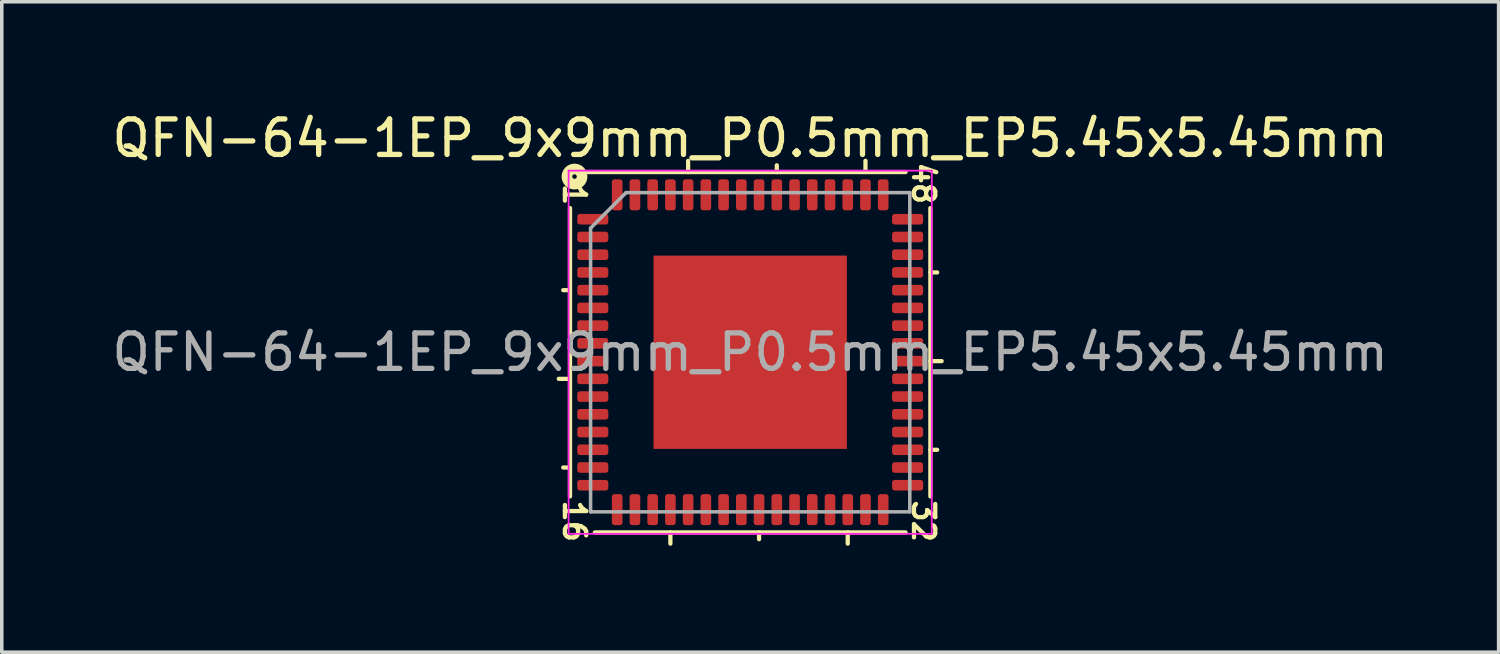
<source format=kicad_pcb>
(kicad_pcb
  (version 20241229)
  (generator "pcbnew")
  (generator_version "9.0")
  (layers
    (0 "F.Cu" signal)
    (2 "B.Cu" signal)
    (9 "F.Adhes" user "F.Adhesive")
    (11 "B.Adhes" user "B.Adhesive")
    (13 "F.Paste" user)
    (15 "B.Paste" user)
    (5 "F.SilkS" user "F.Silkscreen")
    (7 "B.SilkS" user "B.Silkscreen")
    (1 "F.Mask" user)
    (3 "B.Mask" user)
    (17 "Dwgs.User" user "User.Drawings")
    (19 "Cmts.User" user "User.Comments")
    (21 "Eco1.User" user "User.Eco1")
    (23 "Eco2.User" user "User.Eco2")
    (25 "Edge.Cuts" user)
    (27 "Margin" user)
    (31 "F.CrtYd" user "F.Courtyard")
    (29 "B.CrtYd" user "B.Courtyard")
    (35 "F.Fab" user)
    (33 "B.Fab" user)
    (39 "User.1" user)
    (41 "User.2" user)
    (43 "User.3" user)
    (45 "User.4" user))
  (footprint "QFN-64-1EP_9x9mm_P0.5mm_EP5.45x5.45mm"
    (layer "F.Cu")
    (at 18.101 6.881)
    (property "Reference" "QFN-64-1EP_9x9mm_P0.5mm_EP5.45x5.45mm" (at 0 -6.032 0) (layer "F.SilkS") (effects (font (size 1 1) (thickness 0.15))))
    (attr smd)
    (fp_line (start -5.08 -4.064) (end -5.08 4.064) (stroke (width 0.12) (type solid)) (layer "F.SilkS"))
    (fp_line (start -5.08 -1.75) (end -5.271 -1.75) (stroke (width 0.12) (type solid)) (layer "F.SilkS"))
    (fp_line (start -5.08 0.75) (end -5.397 0.75) (stroke (width 0.12) (type solid)) (layer "F.SilkS"))
    (fp_line (start -5.08 3.25) (end -5.271 3.25) (stroke (width 0.12) (type solid)) (layer "F.SilkS"))
    (fp_line (start -4.381 5.08) (end 4.381 5.08) (stroke (width 0.12) (type solid)) (layer "F.SilkS"))
    (fp_line (start -2.25 5.08) (end -2.25 5.397) (stroke (width 0.12) (type solid)) (layer "F.SilkS"))
    (fp_line (start -1.75 -5.08) (end -1.75 -5.397) (stroke (width 0.12) (type solid)) (layer "F.SilkS"))
    (fp_line (start 0.25 5.08) (end 0.25 5.271) (stroke (width 0.12) (type solid)) (layer "F.SilkS"))
    (fp_line (start 0.75 -5.08) (end 0.75 -5.271) (stroke (width 0.12) (type solid)) (layer "F.SilkS"))
    (fp_line (start 2.75 5.08) (end 2.75 5.397) (stroke (width 0.12) (type solid)) (layer "F.SilkS"))
    (fp_line (start 3.25 -5.08) (end 3.25 -5.397) (stroke (width 0.12) (type solid)) (layer "F.SilkS"))
    (fp_line (start 4.381 -5.08) (end -4.572 -5.08) (stroke (width 0.12) (type solid)) (layer "F.SilkS"))
    (fp_line (start 5.08 -2.25) (end 5.271 -2.25) (stroke (width 0.12) (type solid)) (layer "F.SilkS"))
    (fp_line (start 5.08 0.25) (end 5.397 0.25) (stroke (width 0.12) (type solid)) (layer "F.SilkS"))
    (fp_line (start 5.08 2.75) (end 5.271 2.75) (stroke (width 0.12) (type solid)) (layer "F.SilkS"))
    (fp_line (start 5.08 4.064) (end 5.08 -4.064) (stroke (width 0.12) (type solid)) (layer "F.SilkS"))
    (fp_circle (center -4.953 -4.953) (end -4.889 -4.953) (stroke (width 0.3) (type solid)) (fill no) (layer "F.SilkS"))
    (fp_line (start -5.12 -5.12) (end -5.12 5.12) (stroke (width 0.05) (type solid)) (layer "F.CrtYd"))
    (fp_line (start -5.12 5.12) (end 5.12 5.12) (stroke (width 0.05) (type solid)) (layer "F.CrtYd"))
    (fp_line (start 5.12 -5.12) (end -5.12 -5.12) (stroke (width 0.05) (type solid)) (layer "F.CrtYd"))
    (fp_line (start 5.12 5.12) (end 5.12 -5.12) (stroke (width 0.05) (type solid)) (layer "F.CrtYd"))
    (fp_line (start -4.5 -3.5) (end -3.5 -4.5) (stroke (width 0.1) (type solid)) (layer "F.Fab"))
    (fp_line (start -4.5 4.5) (end -4.5 -3.5) (stroke (width 0.1) (type solid)) (layer "F.Fab"))
    (fp_line (start -3.5 -4.5) (end 4.5 -4.5) (stroke (width 0.1) (type solid)) (layer "F.Fab"))
    (fp_line (start 4.5 -4.5) (end 4.5 4.5) (stroke (width 0.1) (type solid)) (layer "F.Fab"))
    (fp_line (start 4.5 4.5) (end -4.5 4.5) (stroke (width 0.1) (type solid)) (layer "F.Fab"))
    (fp_text user "16" (at -4.953 4.763 270) (unlocked yes) (layer "F.SilkS") (effects (font (size 0.6 0.6) (thickness 0.12))))
    (fp_text user "1" (at -4.953 -4.445 270) (unlocked yes) (layer "F.SilkS") (effects (font (size 0.6 0.6) (thickness 0.12))))
    (fp_text user "48" (at 4.889 -4.763 270) (unlocked yes) (layer "F.SilkS") (effects (font (size 0.6 0.6) (thickness 0.12))))
    (fp_text user "32" (at 4.889 4.763 270) (unlocked yes) (layer "F.SilkS") (effects (font (size 0.6 0.6) (thickness 0.12))))
    (fp_text user "${REFERENCE}" (at 0 0 0) (layer "F.Fab") (effects (font (size 1 1) (thickness 0.15))))
    (pad "" smd roundrect (at -2.04 -2.04) (size 1.1 1.1) (layers "F.Paste") (roundrect_rratio 0.227))
    (pad "" smd roundrect (at -2.04 -0.68) (size 1.1 1.1) (layers "F.Paste") (roundrect_rratio 0.227))
    (pad "" smd roundrect (at -2.04 0.68) (size 1.1 1.1) (layers "F.Paste") (roundrect_rratio 0.227))
    (pad "" smd roundrect (at -2.04 2.04) (size 1.1 1.1) (layers "F.Paste") (roundrect_rratio 0.227))
    (pad "" smd roundrect (at -0.68 -2.04) (size 1.1 1.1) (layers "F.Paste") (roundrect_rratio 0.227))
    (pad "" smd roundrect (at -0.68 -0.68) (size 1.1 1.1) (layers "F.Paste") (roundrect_rratio 0.227))
    (pad "" smd roundrect (at -0.68 0.68) (size 1.1 1.1) (layers "F.Paste") (roundrect_rratio 0.227))
    (pad "" smd roundrect (at -0.68 2.04) (size 1.1 1.1) (layers "F.Paste") (roundrect_rratio 0.227))
    (pad "" smd roundrect (at 0.68 -2.04) (size 1.1 1.1) (layers "F.Paste") (roundrect_rratio 0.227))
    (pad "" smd roundrect (at 0.68 -0.68) (size 1.1 1.1) (layers "F.Paste") (roundrect_rratio 0.227))
    (pad "" smd roundrect (at 0.68 0.68) (size 1.1 1.1) (layers "F.Paste") (roundrect_rratio 0.227))
    (pad "" smd roundrect (at 0.68 2.04) (size 1.1 1.1) (layers "F.Paste") (roundrect_rratio 0.227))
    (pad "" smd roundrect (at 2.04 -2.04) (size 1.1 1.1) (layers "F.Paste") (roundrect_rratio 0.227))
    (pad "" smd roundrect (at 2.04 -0.68) (size 1.1 1.1) (layers "F.Paste") (roundrect_rratio 0.227))
    (pad "" smd roundrect (at 2.04 0.68) (size 1.1 1.1) (layers "F.Paste") (roundrect_rratio 0.227))
    (pad "" smd roundrect (at 2.04 2.04) (size 1.1 1.1) (layers "F.Paste") (roundrect_rratio 0.227))
    (pad "1" smd roundrect (at -4.438 -3.75) (size 0.875 0.3) (layers "F.Cu" "F.Mask" "F.Paste") (roundrect_rratio 0.25))
    (pad "2" smd roundrect (at -4.438 -3.25) (size 0.875 0.3) (layers "F.Cu" "F.Mask" "F.Paste") (roundrect_rratio 0.25))
    (pad "3" smd roundrect (at -4.438 -2.75) (size 0.875 0.3) (layers "F.Cu" "F.Mask" "F.Paste") (roundrect_rratio 0.25))
    (pad "4" smd roundrect (at -4.438 -2.25) (size 0.875 0.3) (layers "F.Cu" "F.Mask" "F.Paste") (roundrect_rratio 0.25))
    (pad "5" smd roundrect (at -4.438 -1.75) (size 0.875 0.3) (layers "F.Cu" "F.Mask" "F.Paste") (roundrect_rratio 0.25))
    (pad "6" smd roundrect (at -4.438 -1.25) (size 0.875 0.3) (layers "F.Cu" "F.Mask" "F.Paste") (roundrect_rratio 0.25))
    (pad "7" smd roundrect (at -4.438 -0.75) (size 0.875 0.3) (layers "F.Cu" "F.Mask" "F.Paste") (roundrect_rratio 0.25))
    (pad "8" smd roundrect (at -4.438 -0.25) (size 0.875 0.3) (layers "F.Cu" "F.Mask" "F.Paste") (roundrect_rratio 0.25))
    (pad "9" smd roundrect (at -4.438 0.25) (size 0.875 0.3) (layers "F.Cu" "F.Mask" "F.Paste") (roundrect_rratio 0.25))
    (pad "10" smd roundrect (at -4.438 0.75) (size 0.875 0.3) (layers "F.Cu" "F.Mask" "F.Paste") (roundrect_rratio 0.25))
    (pad "11" smd roundrect (at -4.438 1.25) (size 0.875 0.3) (layers "F.Cu" "F.Mask" "F.Paste") (roundrect_rratio 0.25))
    (pad "12" smd roundrect (at -4.438 1.75) (size 0.875 0.3) (layers "F.Cu" "F.Mask" "F.Paste") (roundrect_rratio 0.25))
    (pad "13" smd roundrect (at -4.438 2.25) (size 0.875 0.3) (layers "F.Cu" "F.Mask" "F.Paste") (roundrect_rratio 0.25))
    (pad "14" smd roundrect (at -4.438 2.75) (size 0.875 0.3) (layers "F.Cu" "F.Mask" "F.Paste") (roundrect_rratio 0.25))
    (pad "15" smd roundrect (at -4.438 3.25) (size 0.875 0.3) (layers "F.Cu" "F.Mask" "F.Paste") (roundrect_rratio 0.25))
    (pad "16" smd roundrect (at -4.438 3.75) (size 0.875 0.3) (layers "F.Cu" "F.Mask" "F.Paste") (roundrect_rratio 0.25))
    (pad "17" smd roundrect (at -3.75 4.438) (size 0.3 0.875) (layers "F.Cu" "F.Mask" "F.Paste") (roundrect_rratio 0.25))
    (pad "18" smd roundrect (at -3.25 4.438) (size 0.3 0.875) (layers "F.Cu" "F.Mask" "F.Paste") (roundrect_rratio 0.25))
    (pad "19" smd roundrect (at -2.75 4.438) (size 0.3 0.875) (layers "F.Cu" "F.Mask" "F.Paste") (roundrect_rratio 0.25))
    (pad "20" smd roundrect (at -2.25 4.438) (size 0.3 0.875) (layers "F.Cu" "F.Mask" "F.Paste") (roundrect_rratio 0.25))
    (pad "21" smd roundrect (at -1.75 4.438) (size 0.3 0.875) (layers "F.Cu" "F.Mask" "F.Paste") (roundrect_rratio 0.25))
    (pad "22" smd roundrect (at -1.25 4.438) (size 0.3 0.875) (layers "F.Cu" "F.Mask" "F.Paste") (roundrect_rratio 0.25))
    (pad "23" smd roundrect (at -0.75 4.438) (size 0.3 0.875) (layers "F.Cu" "F.Mask" "F.Paste") (roundrect_rratio 0.25))
    (pad "24" smd roundrect (at -0.25 4.438) (size 0.3 0.875) (layers "F.Cu" "F.Mask" "F.Paste") (roundrect_rratio 0.25))
    (pad "25" smd roundrect (at 0.25 4.438) (size 0.3 0.875) (layers "F.Cu" "F.Mask" "F.Paste") (roundrect_rratio 0.25))
    (pad "26" smd roundrect (at 0.75 4.438) (size 0.3 0.875) (layers "F.Cu" "F.Mask" "F.Paste") (roundrect_rratio 0.25))
    (pad "27" smd roundrect (at 1.25 4.438) (size 0.3 0.875) (layers "F.Cu" "F.Mask" "F.Paste") (roundrect_rratio 0.25))
    (pad "28" smd roundrect (at 1.75 4.438) (size 0.3 0.875) (layers "F.Cu" "F.Mask" "F.Paste") (roundrect_rratio 0.25))
    (pad "29" smd roundrect (at 2.25 4.438) (size 0.3 0.875) (layers "F.Cu" "F.Mask" "F.Paste") (roundrect_rratio 0.25))
    (pad "30" smd roundrect (at 2.75 4.438) (size 0.3 0.875) (layers "F.Cu" "F.Mask" "F.Paste") (roundrect_rratio 0.25))
    (pad "31" smd roundrect (at 3.25 4.438) (size 0.3 0.875) (layers "F.Cu" "F.Mask" "F.Paste") (roundrect_rratio 0.25))
    (pad "32" smd roundrect (at 3.75 4.438) (size 0.3 0.875) (layers "F.Cu" "F.Mask" "F.Paste") (roundrect_rratio 0.25))
    (pad "33" smd roundrect (at 4.438 3.75) (size 0.875 0.3) (layers "F.Cu" "F.Mask" "F.Paste") (roundrect_rratio 0.25))
    (pad "34" smd roundrect (at 4.438 3.25) (size 0.875 0.3) (layers "F.Cu" "F.Mask" "F.Paste") (roundrect_rratio 0.25))
    (pad "35" smd roundrect (at 4.438 2.75) (size 0.875 0.3) (layers "F.Cu" "F.Mask" "F.Paste") (roundrect_rratio 0.25))
    (pad "36" smd roundrect (at 4.438 2.25) (size 0.875 0.3) (layers "F.Cu" "F.Mask" "F.Paste") (roundrect_rratio 0.25))
    (pad "37" smd roundrect (at 4.438 1.75) (size 0.875 0.3) (layers "F.Cu" "F.Mask" "F.Paste") (roundrect_rratio 0.25))
    (pad "38" smd roundrect (at 4.438 1.25) (size 0.875 0.3) (layers "F.Cu" "F.Mask" "F.Paste") (roundrect_rratio 0.25))
    (pad "39" smd roundrect (at 4.438 0.75) (size 0.875 0.3) (layers "F.Cu" "F.Mask" "F.Paste") (roundrect_rratio 0.25))
    (pad "40" smd roundrect (at 4.438 0.25) (size 0.875 0.3) (layers "F.Cu" "F.Mask" "F.Paste") (roundrect_rratio 0.25))
    (pad "41" smd roundrect (at 4.438 -0.25) (size 0.875 0.3) (layers "F.Cu" "F.Mask" "F.Paste") (roundrect_rratio 0.25))
    (pad "42" smd roundrect (at 4.438 -0.75) (size 0.875 0.3) (layers "F.Cu" "F.Mask" "F.Paste") (roundrect_rratio 0.25))
    (pad "43" smd roundrect (at 4.438 -1.25) (size 0.875 0.3) (layers "F.Cu" "F.Mask" "F.Paste") (roundrect_rratio 0.25))
    (pad "44" smd roundrect (at 4.438 -1.75) (size 0.875 0.3) (layers "F.Cu" "F.Mask" "F.Paste") (roundrect_rratio 0.25))
    (pad "45" smd roundrect (at 4.438 -2.25) (size 0.875 0.3) (layers "F.Cu" "F.Mask" "F.Paste") (roundrect_rratio 0.25))
    (pad "46" smd roundrect (at 4.438 -2.75) (size 0.875 0.3) (layers "F.Cu" "F.Mask" "F.Paste") (roundrect_rratio 0.25))
    (pad "47" smd roundrect (at 4.438 -3.25) (size 0.875 0.3) (layers "F.Cu" "F.Mask" "F.Paste") (roundrect_rratio 0.25))
    (pad "48" smd roundrect (at 4.438 -3.75) (size 0.875 0.3) (layers "F.Cu" "F.Mask" "F.Paste") (roundrect_rratio 0.25))
    (pad "49" smd roundrect (at 3.75 -4.438) (size 0.3 0.875) (layers "F.Cu" "F.Mask" "F.Paste") (roundrect_rratio 0.25))
    (pad "50" smd roundrect (at 3.25 -4.438) (size 0.3 0.875) (layers "F.Cu" "F.Mask" "F.Paste") (roundrect_rratio 0.25))
    (pad "51" smd roundrect (at 2.75 -4.438) (size 0.3 0.875) (layers "F.Cu" "F.Mask" "F.Paste") (roundrect_rratio 0.25))
    (pad "52" smd roundrect (at 2.25 -4.438) (size 0.3 0.875) (layers "F.Cu" "F.Mask" "F.Paste") (roundrect_rratio 0.25))
    (pad "53" smd roundrect (at 1.75 -4.438) (size 0.3 0.875) (layers "F.Cu" "F.Mask" "F.Paste") (roundrect_rratio 0.25))
    (pad "54" smd roundrect (at 1.25 -4.438) (size 0.3 0.875) (layers "F.Cu" "F.Mask" "F.Paste") (roundrect_rratio 0.25))
    (pad "55" smd roundrect (at 0.75 -4.438) (size 0.3 0.875) (layers "F.Cu" "F.Mask" "F.Paste") (roundrect_rratio 0.25))
    (pad "56" smd roundrect (at 0.25 -4.438) (size 0.3 0.875) (layers "F.Cu" "F.Mask" "F.Paste") (roundrect_rratio 0.25))
    (pad "57" smd roundrect (at -0.25 -4.438) (size 0.3 0.875) (layers "F.Cu" "F.Mask" "F.Paste") (roundrect_rratio 0.25))
    (pad "58" smd roundrect (at -0.75 -4.438) (size 0.3 0.875) (layers "F.Cu" "F.Mask" "F.Paste") (roundrect_rratio 0.25))
    (pad "59" smd roundrect (at -1.25 -4.438) (size 0.3 0.875) (layers "F.Cu" "F.Mask" "F.Paste") (roundrect_rratio 0.25))
    (pad "60" smd roundrect (at -1.75 -4.438) (size 0.3 0.875) (layers "F.Cu" "F.Mask" "F.Paste") (roundrect_rratio 0.25))
    (pad "61" smd roundrect (at -2.25 -4.438) (size 0.3 0.875) (layers "F.Cu" "F.Mask" "F.Paste") (roundrect_rratio 0.25))
    (pad "62" smd roundrect (at -2.75 -4.438) (size 0.3 0.875) (layers "F.Cu" "F.Mask" "F.Paste") (roundrect_rratio 0.25))
    (pad "63" smd roundrect (at -3.25 -4.438) (size 0.3 0.875) (layers "F.Cu" "F.Mask" "F.Paste") (roundrect_rratio 0.25))
    (pad "64" smd roundrect (at -3.75 -4.438) (size 0.3 0.875) (layers "F.Cu" "F.Mask" "F.Paste") (roundrect_rratio 0.25))
    (pad "65" smd rect (at 0 0) (size 5.45 5.45) (layers "F.Cu" "F.Mask")))
  (gr_rect
    (start -3 -3)
    (end 39.202 15.338)
    (stroke (width 0.1) (type default))
    (fill no)
    (layer "Edge.Cuts")))
</source>
